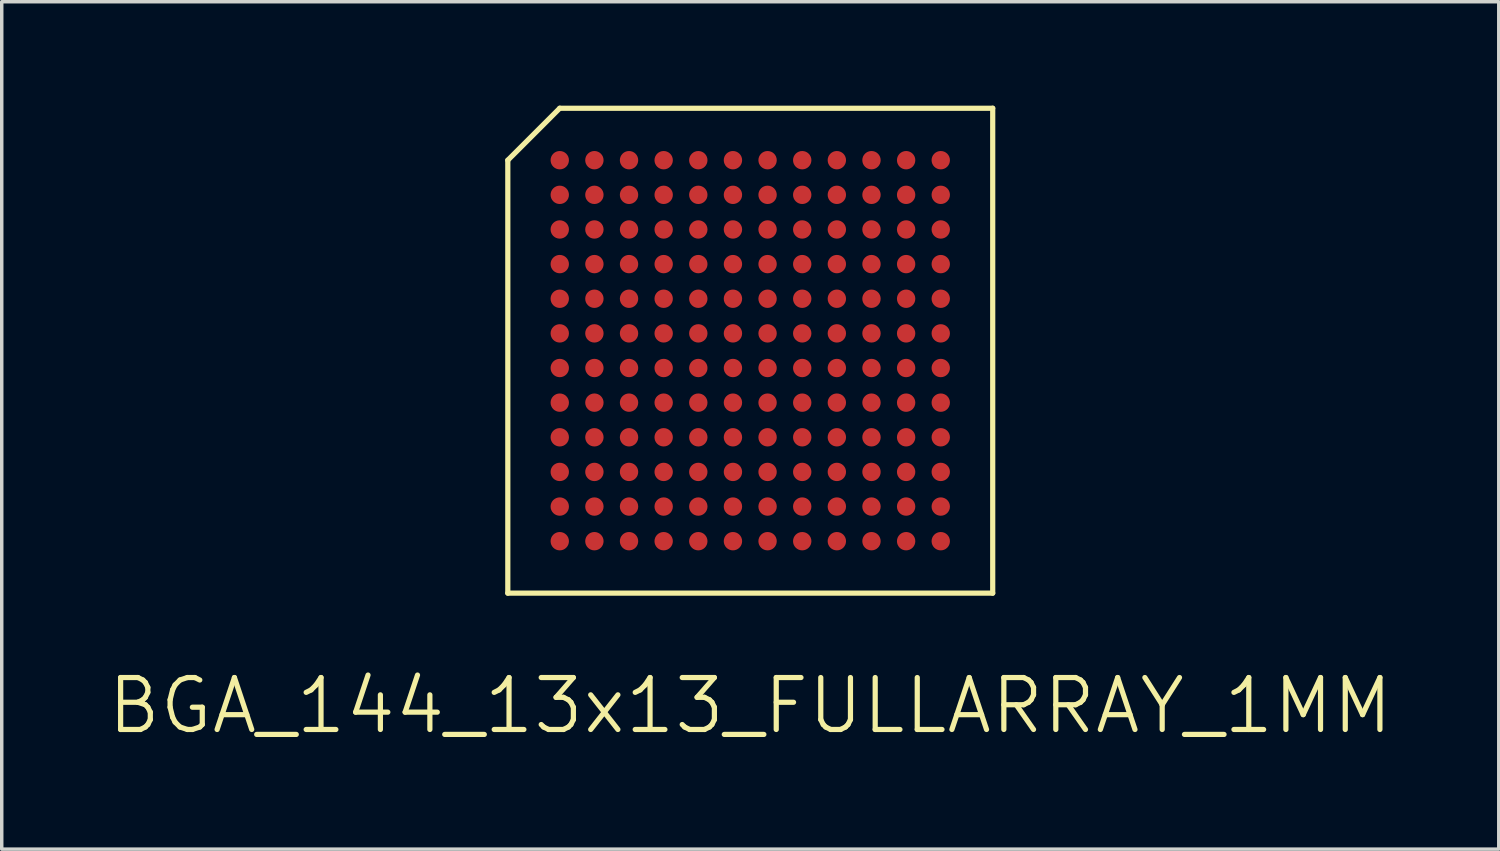
<source format=kicad_pcb>
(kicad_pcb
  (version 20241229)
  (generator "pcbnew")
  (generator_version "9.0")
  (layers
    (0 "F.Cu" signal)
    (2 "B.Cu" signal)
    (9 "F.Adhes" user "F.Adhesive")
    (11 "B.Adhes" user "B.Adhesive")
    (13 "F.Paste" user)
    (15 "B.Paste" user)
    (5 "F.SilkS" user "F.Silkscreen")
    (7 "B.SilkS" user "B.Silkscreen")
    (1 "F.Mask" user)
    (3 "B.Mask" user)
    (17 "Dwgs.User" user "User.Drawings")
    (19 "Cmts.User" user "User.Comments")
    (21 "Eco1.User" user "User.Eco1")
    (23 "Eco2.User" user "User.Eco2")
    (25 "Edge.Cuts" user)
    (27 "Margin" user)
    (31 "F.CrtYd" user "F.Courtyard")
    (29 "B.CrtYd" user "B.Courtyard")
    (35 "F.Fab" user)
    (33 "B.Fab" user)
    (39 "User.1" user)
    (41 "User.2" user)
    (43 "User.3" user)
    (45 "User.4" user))
  (footprint "BGA_144_13x13_FULLARRAY_1MM"
    (layer "F.Cu")
    (at 18.611 7.075)
    (property "Reference" "BGA_144_13x13_FULLARRAY_1MM" (at 0 10.25 0) (layer "F.SilkS") (effects (font (size 1.5 1.5) (thickness 0.15))))
    (attr smd)
    (fp_line (start -7 -5.5) (end -7 7) (stroke (width 0.15) (type solid)) (layer "F.SilkS"))
    (fp_line (start -7 7) (end 7 7) (stroke (width 0.15) (type solid)) (layer "F.SilkS"))
    (fp_line (start -5.5 -7) (end -7 -5.5) (stroke (width 0.15) (type solid)) (layer "F.SilkS"))
    (fp_line (start 7 -7) (end -5.5 -7) (stroke (width 0.15) (type solid)) (layer "F.SilkS"))
    (fp_line (start 7 7) (end 7 -7) (stroke (width 0.15) (type solid)) (layer "F.SilkS"))
    (pad "A1" smd circle (at -5.5 -5.5) (size 0.53 0.53) (layers "F.Cu" "F.Mask" "F.Paste"))
    (pad "A2" smd circle (at -4.5 -5.5) (size 0.53 0.53) (layers "F.Cu" "F.Mask" "F.Paste"))
    (pad "A3" smd circle (at -3.5 -5.5) (size 0.53 0.53) (layers "F.Cu" "F.Mask" "F.Paste"))
    (pad "A4" smd circle (at -2.5 -5.5) (size 0.53 0.53) (layers "F.Cu" "F.Mask" "F.Paste"))
    (pad "A5" smd circle (at -1.5 -5.5) (size 0.53 0.53) (layers "F.Cu" "F.Mask" "F.Paste"))
    (pad "A6" smd circle (at -0.5 -5.5) (size 0.53 0.53) (layers "F.Cu" "F.Mask" "F.Paste"))
    (pad "A7" smd circle (at 0.5 -5.5) (size 0.53 0.53) (layers "F.Cu" "F.Mask" "F.Paste"))
    (pad "A8" smd circle (at 1.5 -5.5) (size 0.53 0.53) (layers "F.Cu" "F.Mask" "F.Paste"))
    (pad "A9" smd circle (at 2.5 -5.5) (size 0.53 0.53) (layers "F.Cu" "F.Mask" "F.Paste"))
    (pad "A10" smd circle (at 3.5 -5.5) (size 0.53 0.53) (layers "F.Cu" "F.Mask" "F.Paste"))
    (pad "A11" smd circle (at 4.5 -5.5) (size 0.53 0.53) (layers "F.Cu" "F.Mask" "F.Paste"))
    (pad "A12" smd circle (at 5.5 -5.5) (size 0.53 0.53) (layers "F.Cu" "F.Mask" "F.Paste"))
    (pad "B1" smd circle (at -5.5 -4.5) (size 0.53 0.53) (layers "F.Cu" "F.Mask" "F.Paste"))
    (pad "B2" smd circle (at -4.5 -4.5) (size 0.53 0.53) (layers "F.Cu" "F.Mask" "F.Paste"))
    (pad "B3" smd circle (at -3.5 -4.5) (size 0.53 0.53) (layers "F.Cu" "F.Mask" "F.Paste"))
    (pad "B4" smd circle (at -2.5 -4.5) (size 0.53 0.53) (layers "F.Cu" "F.Mask" "F.Paste"))
    (pad "B5" smd circle (at -1.5 -4.5) (size 0.53 0.53) (layers "F.Cu" "F.Mask" "F.Paste"))
    (pad "B6" smd circle (at -0.5 -4.5) (size 0.53 0.53) (layers "F.Cu" "F.Mask" "F.Paste"))
    (pad "B7" smd circle (at 0.5 -4.5) (size 0.53 0.53) (layers "F.Cu" "F.Mask" "F.Paste"))
    (pad "B8" smd circle (at 1.5 -4.5) (size 0.53 0.53) (layers "F.Cu" "F.Mask" "F.Paste"))
    (pad "B9" smd circle (at 2.5 -4.5) (size 0.53 0.53) (layers "F.Cu" "F.Mask" "F.Paste"))
    (pad "B10" smd circle (at 3.5 -4.5) (size 0.53 0.53) (layers "F.Cu" "F.Mask" "F.Paste"))
    (pad "B11" smd circle (at 4.5 -4.5) (size 0.53 0.53) (layers "F.Cu" "F.Mask" "F.Paste"))
    (pad "B12" smd circle (at 5.5 -4.5) (size 0.53 0.53) (layers "F.Cu" "F.Mask" "F.Paste"))
    (pad "C1" smd circle (at -5.5 -3.5) (size 0.53 0.53) (layers "F.Cu" "F.Mask" "F.Paste"))
    (pad "C2" smd circle (at -4.5 -3.5) (size 0.53 0.53) (layers "F.Cu" "F.Mask" "F.Paste"))
    (pad "C3" smd circle (at -3.5 -3.5) (size 0.53 0.53) (layers "F.Cu" "F.Mask" "F.Paste"))
    (pad "C4" smd circle (at -2.5 -3.5) (size 0.53 0.53) (layers "F.Cu" "F.Mask" "F.Paste"))
    (pad "C5" smd circle (at -1.5 -3.5) (size 0.53 0.53) (layers "F.Cu" "F.Mask" "F.Paste"))
    (pad "C6" smd circle (at -0.5 -3.5) (size 0.53 0.53) (layers "F.Cu" "F.Mask" "F.Paste"))
    (pad "C7" smd circle (at 0.5 -3.5) (size 0.53 0.53) (layers "F.Cu" "F.Mask" "F.Paste"))
    (pad "C8" smd circle (at 1.5 -3.5) (size 0.53 0.53) (layers "F.Cu" "F.Mask" "F.Paste"))
    (pad "C9" smd circle (at 2.5 -3.5) (size 0.53 0.53) (layers "F.Cu" "F.Mask" "F.Paste"))
    (pad "C10" smd circle (at 3.5 -3.5) (size 0.53 0.53) (layers "F.Cu" "F.Mask" "F.Paste"))
    (pad "C11" smd circle (at 4.5 -3.5) (size 0.53 0.53) (layers "F.Cu" "F.Mask" "F.Paste"))
    (pad "C12" smd circle (at 5.5 -3.5) (size 0.53 0.53) (layers "F.Cu" "F.Mask" "F.Paste"))
    (pad "D1" smd circle (at -5.5 -2.5) (size 0.53 0.53) (layers "F.Cu" "F.Mask" "F.Paste"))
    (pad "D2" smd circle (at -4.5 -2.5) (size 0.53 0.53) (layers "F.Cu" "F.Mask" "F.Paste"))
    (pad "D3" smd circle (at -3.5 -2.5) (size 0.53 0.53) (layers "F.Cu" "F.Mask" "F.Paste"))
    (pad "D4" smd circle (at -2.5 -2.5) (size 0.53 0.53) (layers "F.Cu" "F.Mask" "F.Paste"))
    (pad "D5" smd circle (at -1.5 -2.5) (size 0.53 0.53) (layers "F.Cu" "F.Mask" "F.Paste"))
    (pad "D6" smd circle (at -0.5 -2.5) (size 0.53 0.53) (layers "F.Cu" "F.Mask" "F.Paste"))
    (pad "D7" smd circle (at 0.5 -2.5) (size 0.53 0.53) (layers "F.Cu" "F.Mask" "F.Paste"))
    (pad "D8" smd circle (at 1.5 -2.5) (size 0.53 0.53) (layers "F.Cu" "F.Mask" "F.Paste"))
    (pad "D9" smd circle (at 2.5 -2.5) (size 0.53 0.53) (layers "F.Cu" "F.Mask" "F.Paste"))
    (pad "D10" smd circle (at 3.5 -2.5) (size 0.53 0.53) (layers "F.Cu" "F.Mask" "F.Paste"))
    (pad "D11" smd circle (at 4.5 -2.5) (size 0.53 0.53) (layers "F.Cu" "F.Mask" "F.Paste"))
    (pad "D12" smd circle (at 5.5 -2.5) (size 0.53 0.53) (layers "F.Cu" "F.Mask" "F.Paste"))
    (pad "E1" smd circle (at -5.5 -1.5) (size 0.53 0.53) (layers "F.Cu" "F.Mask" "F.Paste"))
    (pad "E2" smd circle (at -4.5 -1.5) (size 0.53 0.53) (layers "F.Cu" "F.Mask" "F.Paste"))
    (pad "E3" smd circle (at -3.5 -1.5) (size 0.53 0.53) (layers "F.Cu" "F.Mask" "F.Paste"))
    (pad "E4" smd circle (at -2.5 -1.5) (size 0.53 0.53) (layers "F.Cu" "F.Mask" "F.Paste"))
    (pad "E5" smd circle (at -1.5 -1.5) (size 0.53 0.53) (layers "F.Cu" "F.Mask" "F.Paste"))
    (pad "E6" smd circle (at -0.5 -1.5) (size 0.53 0.53) (layers "F.Cu" "F.Mask" "F.Paste"))
    (pad "E7" smd circle (at 0.5 -1.5) (size 0.53 0.53) (layers "F.Cu" "F.Mask" "F.Paste"))
    (pad "E8" smd circle (at 1.5 -1.5) (size 0.53 0.53) (layers "F.Cu" "F.Mask" "F.Paste"))
    (pad "E9" smd circle (at 2.5 -1.5) (size 0.53 0.53) (layers "F.Cu" "F.Mask" "F.Paste"))
    (pad "E10" smd circle (at 3.5 -1.5) (size 0.53 0.53) (layers "F.Cu" "F.Mask" "F.Paste"))
    (pad "E11" smd circle (at 4.5 -1.5) (size 0.53 0.53) (layers "F.Cu" "F.Mask" "F.Paste"))
    (pad "E12" smd circle (at 5.5 -1.5) (size 0.53 0.53) (layers "F.Cu" "F.Mask" "F.Paste"))
    (pad "F1" smd circle (at -5.5 -0.5) (size 0.53 0.53) (layers "F.Cu" "F.Mask" "F.Paste"))
    (pad "F2" smd circle (at -4.5 -0.5) (size 0.53 0.53) (layers "F.Cu" "F.Mask" "F.Paste"))
    (pad "F3" smd circle (at -3.5 -0.5) (size 0.53 0.53) (layers "F.Cu" "F.Mask" "F.Paste"))
    (pad "F4" smd circle (at -2.5 -0.5) (size 0.53 0.53) (layers "F.Cu" "F.Mask" "F.Paste"))
    (pad "F5" smd circle (at -1.5 -0.5) (size 0.53 0.53) (layers "F.Cu" "F.Mask" "F.Paste"))
    (pad "F6" smd circle (at -0.5 -0.5) (size 0.53 0.53) (layers "F.Cu" "F.Mask" "F.Paste"))
    (pad "F7" smd circle (at 0.5 -0.5) (size 0.53 0.53) (layers "F.Cu" "F.Mask" "F.Paste"))
    (pad "F8" smd circle (at 1.5 -0.5) (size 0.53 0.53) (layers "F.Cu" "F.Mask" "F.Paste"))
    (pad "F9" smd circle (at 2.5 -0.5) (size 0.53 0.53) (layers "F.Cu" "F.Mask" "F.Paste"))
    (pad "F10" smd circle (at 3.5 -0.5) (size 0.53 0.53) (layers "F.Cu" "F.Mask" "F.Paste"))
    (pad "F11" smd circle (at 4.5 -0.5) (size 0.53 0.53) (layers "F.Cu" "F.Mask" "F.Paste"))
    (pad "F12" smd circle (at 5.5 -0.5) (size 0.53 0.53) (layers "F.Cu" "F.Mask" "F.Paste"))
    (pad "G1" smd circle (at -5.5 0.5) (size 0.53 0.53) (layers "F.Cu" "F.Mask" "F.Paste"))
    (pad "G2" smd circle (at -4.5 0.5) (size 0.53 0.53) (layers "F.Cu" "F.Mask" "F.Paste"))
    (pad "G3" smd circle (at -3.5 0.5) (size 0.53 0.53) (layers "F.Cu" "F.Mask" "F.Paste"))
    (pad "G4" smd circle (at -2.5 0.5) (size 0.53 0.53) (layers "F.Cu" "F.Mask" "F.Paste"))
    (pad "G5" smd circle (at -1.5 0.5) (size 0.53 0.53) (layers "F.Cu" "F.Mask" "F.Paste"))
    (pad "G6" smd circle (at -0.5 0.5) (size 0.53 0.53) (layers "F.Cu" "F.Mask" "F.Paste"))
    (pad "G7" smd circle (at 0.5 0.5) (size 0.53 0.53) (layers "F.Cu" "F.Mask" "F.Paste"))
    (pad "G8" smd circle (at 1.5 0.5) (size 0.53 0.53) (layers "F.Cu" "F.Mask" "F.Paste"))
    (pad "G9" smd circle (at 2.5 0.5) (size 0.53 0.53) (layers "F.Cu" "F.Mask" "F.Paste"))
    (pad "G10" smd circle (at 3.5 0.5) (size 0.53 0.53) (layers "F.Cu" "F.Mask" "F.Paste"))
    (pad "G11" smd circle (at 4.5 0.5) (size 0.53 0.53) (layers "F.Cu" "F.Mask" "F.Paste"))
    (pad "G12" smd circle (at 5.5 0.5) (size 0.53 0.53) (layers "F.Cu" "F.Mask" "F.Paste"))
    (pad "H1" smd circle (at -5.5 1.5) (size 0.53 0.53) (layers "F.Cu" "F.Mask" "F.Paste"))
    (pad "H2" smd circle (at -4.5 1.5) (size 0.53 0.53) (layers "F.Cu" "F.Mask" "F.Paste"))
    (pad "H3" smd circle (at -3.5 1.5) (size 0.53 0.53) (layers "F.Cu" "F.Mask" "F.Paste"))
    (pad "H4" smd circle (at -2.5 1.5) (size 0.53 0.53) (layers "F.Cu" "F.Mask" "F.Paste"))
    (pad "H5" smd circle (at -1.5 1.5) (size 0.53 0.53) (layers "F.Cu" "F.Mask" "F.Paste"))
    (pad "H6" smd circle (at -0.5 1.5) (size 0.53 0.53) (layers "F.Cu" "F.Mask" "F.Paste"))
    (pad "H7" smd circle (at 0.5 1.5) (size 0.53 0.53) (layers "F.Cu" "F.Mask" "F.Paste"))
    (pad "H8" smd circle (at 1.5 1.5) (size 0.53 0.53) (layers "F.Cu" "F.Mask" "F.Paste"))
    (pad "H9" smd circle (at 2.5 1.5) (size 0.53 0.53) (layers "F.Cu" "F.Mask" "F.Paste"))
    (pad "H10" smd circle (at 3.5 1.5) (size 0.53 0.53) (layers "F.Cu" "F.Mask" "F.Paste"))
    (pad "H11" smd circle (at 4.5 1.5) (size 0.53 0.53) (layers "F.Cu" "F.Mask" "F.Paste"))
    (pad "H12" smd circle (at 5.5 1.5) (size 0.53 0.53) (layers "F.Cu" "F.Mask" "F.Paste"))
    (pad "J1" smd circle (at -5.5 2.5) (size 0.53 0.53) (layers "F.Cu" "F.Mask" "F.Paste"))
    (pad "J2" smd circle (at -4.5 2.5) (size 0.53 0.53) (layers "F.Cu" "F.Mask" "F.Paste"))
    (pad "J3" smd circle (at -3.5 2.5) (size 0.53 0.53) (layers "F.Cu" "F.Mask" "F.Paste"))
    (pad "J4" smd circle (at -2.5 2.5) (size 0.53 0.53) (layers "F.Cu" "F.Mask" "F.Paste"))
    (pad "J5" smd circle (at -1.5 2.5) (size 0.53 0.53) (layers "F.Cu" "F.Mask" "F.Paste"))
    (pad "J6" smd circle (at -0.5 2.5) (size 0.53 0.53) (layers "F.Cu" "F.Mask" "F.Paste"))
    (pad "J7" smd circle (at 0.5 2.5) (size 0.53 0.53) (layers "F.Cu" "F.Mask" "F.Paste"))
    (pad "J8" smd circle (at 1.5 2.5) (size 0.53 0.53) (layers "F.Cu" "F.Mask" "F.Paste"))
    (pad "J9" smd circle (at 2.5 2.5) (size 0.53 0.53) (layers "F.Cu" "F.Mask" "F.Paste"))
    (pad "J10" smd circle (at 3.5 2.5) (size 0.53 0.53) (layers "F.Cu" "F.Mask" "F.Paste"))
    (pad "J11" smd circle (at 4.5 2.5) (size 0.53 0.53) (layers "F.Cu" "F.Mask" "F.Paste"))
    (pad "J12" smd circle (at 5.5 2.5) (size 0.53 0.53) (layers "F.Cu" "F.Mask" "F.Paste"))
    (pad "K1" smd circle (at -5.5 3.5) (size 0.53 0.53) (layers "F.Cu" "F.Mask" "F.Paste"))
    (pad "K2" smd circle (at -4.5 3.5) (size 0.53 0.53) (layers "F.Cu" "F.Mask" "F.Paste"))
    (pad "K3" smd circle (at -3.5 3.5) (size 0.53 0.53) (layers "F.Cu" "F.Mask" "F.Paste"))
    (pad "K4" smd circle (at -2.5 3.5) (size 0.53 0.53) (layers "F.Cu" "F.Mask" "F.Paste"))
    (pad "K5" smd circle (at -1.5 3.5) (size 0.53 0.53) (layers "F.Cu" "F.Mask" "F.Paste"))
    (pad "K6" smd circle (at -0.5 3.5) (size 0.53 0.53) (layers "F.Cu" "F.Mask" "F.Paste"))
    (pad "K7" smd circle (at 0.5 3.5) (size 0.53 0.53) (layers "F.Cu" "F.Mask" "F.Paste"))
    (pad "K8" smd circle (at 1.5 3.5) (size 0.53 0.53) (layers "F.Cu" "F.Mask" "F.Paste"))
    (pad "K9" smd circle (at 2.5 3.5) (size 0.53 0.53) (layers "F.Cu" "F.Mask" "F.Paste"))
    (pad "K10" smd circle (at 3.5 3.5) (size 0.53 0.53) (layers "F.Cu" "F.Mask" "F.Paste"))
    (pad "K11" smd circle (at 4.5 3.5) (size 0.53 0.53) (layers "F.Cu" "F.Mask" "F.Paste"))
    (pad "K12" smd circle (at 5.5 3.5) (size 0.53 0.53) (layers "F.Cu" "F.Mask" "F.Paste"))
    (pad "L1" smd circle (at -5.5 4.5) (size 0.53 0.53) (layers "F.Cu" "F.Mask" "F.Paste"))
    (pad "L2" smd circle (at -4.5 4.5) (size 0.53 0.53) (layers "F.Cu" "F.Mask" "F.Paste"))
    (pad "L3" smd circle (at -3.5 4.5) (size 0.53 0.53) (layers "F.Cu" "F.Mask" "F.Paste"))
    (pad "L4" smd circle (at -2.5 4.5) (size 0.53 0.53) (layers "F.Cu" "F.Mask" "F.Paste"))
    (pad "L5" smd circle (at -1.5 4.5) (size 0.53 0.53) (layers "F.Cu" "F.Mask" "F.Paste"))
    (pad "L6" smd circle (at -0.5 4.5) (size 0.53 0.53) (layers "F.Cu" "F.Mask" "F.Paste"))
    (pad "L7" smd circle (at 0.5 4.5) (size 0.53 0.53) (layers "F.Cu" "F.Mask" "F.Paste"))
    (pad "L8" smd circle (at 1.5 4.5) (size 0.53 0.53) (layers "F.Cu" "F.Mask" "F.Paste"))
    (pad "L9" smd circle (at 2.5 4.5) (size 0.53 0.53) (layers "F.Cu" "F.Mask" "F.Paste"))
    (pad "L10" smd circle (at 3.5 4.5) (size 0.53 0.53) (layers "F.Cu" "F.Mask" "F.Paste"))
    (pad "L11" smd circle (at 4.5 4.5) (size 0.53 0.53) (layers "F.Cu" "F.Mask" "F.Paste"))
    (pad "L12" smd circle (at 5.5 4.5) (size 0.53 0.53) (layers "F.Cu" "F.Mask" "F.Paste"))
    (pad "M1" smd circle (at -5.5 5.5) (size 0.53 0.53) (layers "F.Cu" "F.Mask" "F.Paste"))
    (pad "M2" smd circle (at -4.5 5.5) (size 0.53 0.53) (layers "F.Cu" "F.Mask" "F.Paste"))
    (pad "M3" smd circle (at -3.5 5.5) (size 0.53 0.53) (layers "F.Cu" "F.Mask" "F.Paste"))
    (pad "M4" smd circle (at -2.5 5.5) (size 0.53 0.53) (layers "F.Cu" "F.Mask" "F.Paste"))
    (pad "M5" smd circle (at -1.5 5.5) (size 0.53 0.53) (layers "F.Cu" "F.Mask" "F.Paste"))
    (pad "M6" smd circle (at -0.5 5.5) (size 0.53 0.53) (layers "F.Cu" "F.Mask" "F.Paste"))
    (pad "M7" smd circle (at 0.5 5.5) (size 0.53 0.53) (layers "F.Cu" "F.Mask" "F.Paste"))
    (pad "M8" smd circle (at 1.5 5.5) (size 0.53 0.53) (layers "F.Cu" "F.Mask" "F.Paste"))
    (pad "M9" smd circle (at 2.5 5.5) (size 0.53 0.53) (layers "F.Cu" "F.Mask" "F.Paste"))
    (pad "M10" smd circle (at 3.5 5.5) (size 0.53 0.53) (layers "F.Cu" "F.Mask" "F.Paste"))
    (pad "M11" smd circle (at 4.5 5.5) (size 0.53 0.53) (layers "F.Cu" "F.Mask" "F.Paste"))
    (pad "M12" smd circle (at 5.5 5.5) (size 0.53 0.53) (layers "F.Cu" "F.Mask" "F.Paste")))
  (gr_rect
    (start -3 -3)
    (end 40.221 21.466)
    (stroke (width 0.1) (type default))
    (fill no)
    (layer "Edge.Cuts")))
</source>
